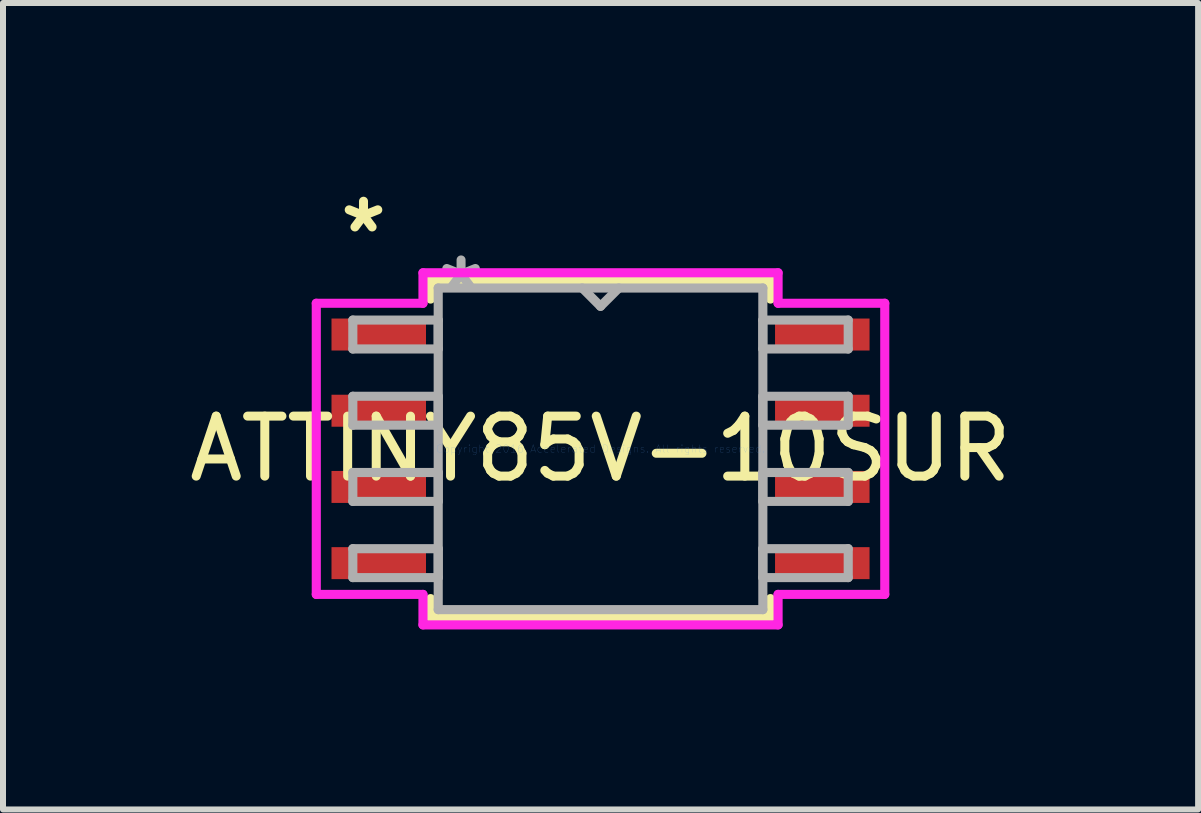
<source format=kicad_pcb>
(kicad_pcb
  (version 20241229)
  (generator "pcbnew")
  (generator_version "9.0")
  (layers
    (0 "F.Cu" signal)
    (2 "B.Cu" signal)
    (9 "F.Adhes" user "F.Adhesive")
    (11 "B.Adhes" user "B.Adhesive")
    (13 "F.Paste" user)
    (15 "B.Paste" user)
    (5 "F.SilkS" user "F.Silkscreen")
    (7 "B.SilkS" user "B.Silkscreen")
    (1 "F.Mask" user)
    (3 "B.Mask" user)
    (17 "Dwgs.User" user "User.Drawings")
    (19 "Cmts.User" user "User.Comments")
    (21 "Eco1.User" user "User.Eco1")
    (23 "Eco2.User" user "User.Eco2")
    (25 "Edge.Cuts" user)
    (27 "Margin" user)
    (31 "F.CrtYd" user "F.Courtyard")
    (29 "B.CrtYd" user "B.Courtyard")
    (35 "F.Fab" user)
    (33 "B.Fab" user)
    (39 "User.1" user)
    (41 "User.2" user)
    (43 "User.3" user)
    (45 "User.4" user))
  (footprint "ATTINY85V-10SUR"
    (layer "F.Cu")
    (at 6.958 4.43)
    (property "Reference" "ATTINY85V-10SUR" (at 0 0 0) (layer "F.SilkS") (effects (font (size 1 1) (thickness 0.15))))
    (attr through_hole)
    (fp_line (start -2.832 -2.807) (end -2.832 -2.496) (stroke (width 0.152) (type solid)) (layer "F.SilkS"))
    (fp_line (start -2.832 2.496) (end -2.832 2.807) (stroke (width 0.152) (type solid)) (layer "F.SilkS"))
    (fp_line (start -2.832 2.807) (end 2.832 2.807) (stroke (width 0.152) (type solid)) (layer "F.SilkS"))
    (fp_line (start 2.832 -2.807) (end -2.832 -2.807) (stroke (width 0.152) (type solid)) (layer "F.SilkS"))
    (fp_line (start 2.832 -2.496) (end 2.832 -2.807) (stroke (width 0.152) (type solid)) (layer "F.SilkS"))
    (fp_line (start 2.832 2.807) (end 2.832 2.496) (stroke (width 0.152) (type solid)) (layer "F.SilkS"))
    (fp_line (start -4.737 -2.426) (end -2.959 -2.426) (stroke (width 0.152) (type solid)) (layer "F.CrtYd"))
    (fp_line (start -4.737 2.426) (end -4.737 -2.426) (stroke (width 0.152) (type solid)) (layer "F.CrtYd"))
    (fp_line (start -2.959 -2.934) (end 2.959 -2.934) (stroke (width 0.152) (type solid)) (layer "F.CrtYd"))
    (fp_line (start -2.959 -2.426) (end -2.959 -2.934) (stroke (width 0.152) (type solid)) (layer "F.CrtYd"))
    (fp_line (start -2.959 2.426) (end -4.737 2.426) (stroke (width 0.152) (type solid)) (layer "F.CrtYd"))
    (fp_line (start -2.959 2.934) (end -2.959 2.426) (stroke (width 0.152) (type solid)) (layer "F.CrtYd"))
    (fp_line (start 2.959 -2.934) (end 2.959 -2.426) (stroke (width 0.152) (type solid)) (layer "F.CrtYd"))
    (fp_line (start 2.959 -2.426) (end 4.737 -2.426) (stroke (width 0.152) (type solid)) (layer "F.CrtYd"))
    (fp_line (start 2.959 2.426) (end 2.959 2.934) (stroke (width 0.152) (type solid)) (layer "F.CrtYd"))
    (fp_line (start 2.959 2.934) (end -2.959 2.934) (stroke (width 0.152) (type solid)) (layer "F.CrtYd"))
    (fp_line (start 4.737 -2.426) (end 4.737 2.426) (stroke (width 0.152) (type solid)) (layer "F.CrtYd"))
    (fp_line (start 4.737 2.426) (end 2.959 2.426) (stroke (width 0.152) (type solid)) (layer "F.CrtYd"))
    (fp_line (start -4.128 -2.146) (end -4.128 -1.664) (stroke (width 0.152) (type solid)) (layer "F.Fab"))
    (fp_line (start -4.128 -1.664) (end -2.705 -1.664) (stroke (width 0.152) (type solid)) (layer "F.Fab"))
    (fp_line (start -4.128 -0.876) (end -4.128 -0.394) (stroke (width 0.152) (type solid)) (layer "F.Fab"))
    (fp_line (start -4.128 -0.394) (end -2.705 -0.394) (stroke (width 0.152) (type solid)) (layer "F.Fab"))
    (fp_line (start -4.128 0.394) (end -4.128 0.876) (stroke (width 0.152) (type solid)) (layer "F.Fab"))
    (fp_line (start -4.128 0.876) (end -2.705 0.876) (stroke (width 0.152) (type solid)) (layer "F.Fab"))
    (fp_line (start -4.128 1.664) (end -4.128 2.146) (stroke (width 0.152) (type solid)) (layer "F.Fab"))
    (fp_line (start -4.128 2.146) (end -2.705 2.146) (stroke (width 0.152) (type solid)) (layer "F.Fab"))
    (fp_line (start -2.705 -2.68) (end -2.705 2.68) (stroke (width 0.152) (type solid)) (layer "F.Fab"))
    (fp_line (start -2.705 -2.146) (end -4.128 -2.146) (stroke (width 0.152) (type solid)) (layer "F.Fab"))
    (fp_line (start -2.705 -1.664) (end -2.705 -2.146) (stroke (width 0.152) (type solid)) (layer "F.Fab"))
    (fp_line (start -2.705 -0.876) (end -4.128 -0.876) (stroke (width 0.152) (type solid)) (layer "F.Fab"))
    (fp_line (start -2.705 -0.394) (end -2.705 -0.876) (stroke (width 0.152) (type solid)) (layer "F.Fab"))
    (fp_line (start -2.705 0.394) (end -4.128 0.394) (stroke (width 0.152) (type solid)) (layer "F.Fab"))
    (fp_line (start -2.705 0.876) (end -2.705 0.394) (stroke (width 0.152) (type solid)) (layer "F.Fab"))
    (fp_line (start -2.705 1.664) (end -4.128 1.664) (stroke (width 0.152) (type solid)) (layer "F.Fab"))
    (fp_line (start -2.705 2.146) (end -2.705 1.664) (stroke (width 0.152) (type solid)) (layer "F.Fab"))
    (fp_line (start -2.705 2.68) (end 2.705 2.68) (stroke (width 0.152) (type solid)) (layer "F.Fab"))
    (fp_line (start -0.305 -2.68) (end 0 -2.375) (stroke (width 0.152) (type solid)) (layer "F.Fab"))
    (fp_line (start 0 -2.375) (end 0.305 -2.68) (stroke (width 0.152) (type solid)) (layer "F.Fab"))
    (fp_line (start 2.705 -2.68) (end -2.705 -2.68) (stroke (width 0.152) (type solid)) (layer "F.Fab"))
    (fp_line (start 2.705 -2.146) (end 2.705 -1.664) (stroke (width 0.152) (type solid)) (layer "F.Fab"))
    (fp_line (start 2.705 -1.664) (end 4.128 -1.664) (stroke (width 0.152) (type solid)) (layer "F.Fab"))
    (fp_line (start 2.705 -0.876) (end 2.705 -0.394) (stroke (width 0.152) (type solid)) (layer "F.Fab"))
    (fp_line (start 2.705 -0.394) (end 4.128 -0.394) (stroke (width 0.152) (type solid)) (layer "F.Fab"))
    (fp_line (start 2.705 0.394) (end 2.705 0.876) (stroke (width 0.152) (type solid)) (layer "F.Fab"))
    (fp_line (start 2.705 0.876) (end 4.128 0.876) (stroke (width 0.152) (type solid)) (layer "F.Fab"))
    (fp_line (start 2.705 1.664) (end 2.705 2.146) (stroke (width 0.152) (type solid)) (layer "F.Fab"))
    (fp_line (start 2.705 2.146) (end 4.128 2.146) (stroke (width 0.152) (type solid)) (layer "F.Fab"))
    (fp_line (start 2.705 2.68) (end 2.705 -2.68) (stroke (width 0.152) (type solid)) (layer "F.Fab"))
    (fp_line (start 4.128 -2.146) (end 2.705 -2.146) (stroke (width 0.152) (type solid)) (layer "F.Fab"))
    (fp_line (start 4.128 -1.664) (end 4.128 -2.146) (stroke (width 0.152) (type solid)) (layer "F.Fab"))
    (fp_line (start 4.128 -0.876) (end 2.705 -0.876) (stroke (width 0.152) (type solid)) (layer "F.Fab"))
    (fp_line (start 4.128 -0.394) (end 4.128 -0.876) (stroke (width 0.152) (type solid)) (layer "F.Fab"))
    (fp_line (start 4.128 0.394) (end 2.705 0.394) (stroke (width 0.152) (type solid)) (layer "F.Fab"))
    (fp_line (start 4.128 0.876) (end 4.128 0.394) (stroke (width 0.152) (type solid)) (layer "F.Fab"))
    (fp_line (start 4.128 1.664) (end 2.705 1.664) (stroke (width 0.152) (type solid)) (layer "F.Fab"))
    (fp_line (start 4.128 2.146) (end 4.128 1.664) (stroke (width 0.152) (type solid)) (layer "F.Fab"))
    (fp_text user "*" (at -3.95 -3.581 0) (layer "F.SilkS") (effects (font (size 1 1) (thickness 0.15))))
    (fp_text user "Copyright 2016 Accelerated Designs. All rights reserved." (at 0 0 0) (layer "Cmts.User") (effects (font (size 0.127 0.127) (thickness 0.002))))
    (fp_text user "*" (at -2.324 -2.603 0) (layer "F.Fab") (effects (font (size 1 1) (thickness 0.15))))
    (pad "1" smd rect (at -3.696 -1.905) (size 1.575 0.533) (layers "F.Cu" "F.Mask" "F.Paste"))
    (pad "2" smd rect (at -3.696 -0.635) (size 1.575 0.533) (layers "F.Cu" "F.Mask" "F.Paste"))
    (pad "3" smd rect (at -3.696 0.635) (size 1.575 0.533) (layers "F.Cu" "F.Mask" "F.Paste"))
    (pad "4" smd rect (at -3.696 1.905) (size 1.575 0.533) (layers "F.Cu" "F.Mask" "F.Paste"))
    (pad "5" smd rect (at 3.696 1.905) (size 1.575 0.533) (layers "F.Cu" "F.Mask" "F.Paste"))
    (pad "6" smd rect (at 3.696 0.635) (size 1.575 0.533) (layers "F.Cu" "F.Mask" "F.Paste"))
    (pad "7" smd rect (at 3.696 -0.635) (size 1.575 0.533) (layers "F.Cu" "F.Mask" "F.Paste"))
    (pad "8" smd rect (at 3.696 -1.905) (size 1.575 0.533) (layers "F.Cu" "F.Mask" "F.Paste")))
  (gr_rect
    (start -3 -3)
    (end 16.917 10.44)
    (stroke (width 0.1) (type default))
    (fill no)
    (layer "Edge.Cuts")))
</source>
